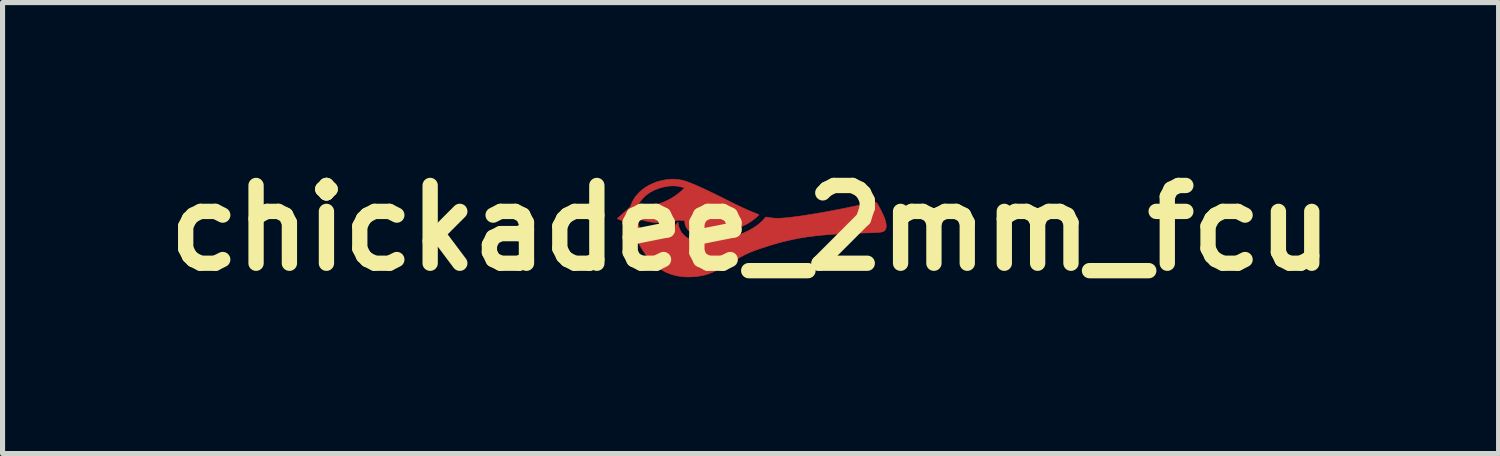
<source format=kicad_pcb>
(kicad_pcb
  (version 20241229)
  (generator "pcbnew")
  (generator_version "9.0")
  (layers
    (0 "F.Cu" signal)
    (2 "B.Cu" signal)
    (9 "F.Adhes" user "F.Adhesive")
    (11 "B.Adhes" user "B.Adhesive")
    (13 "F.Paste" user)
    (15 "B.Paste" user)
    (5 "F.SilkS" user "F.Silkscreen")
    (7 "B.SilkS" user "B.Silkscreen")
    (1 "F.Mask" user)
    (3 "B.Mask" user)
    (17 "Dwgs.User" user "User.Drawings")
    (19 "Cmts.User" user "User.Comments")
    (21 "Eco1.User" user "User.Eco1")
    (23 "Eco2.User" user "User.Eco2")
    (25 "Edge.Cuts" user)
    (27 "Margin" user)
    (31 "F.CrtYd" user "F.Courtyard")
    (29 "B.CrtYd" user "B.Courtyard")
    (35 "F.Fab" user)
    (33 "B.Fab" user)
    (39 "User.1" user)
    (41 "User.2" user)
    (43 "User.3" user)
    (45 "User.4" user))
  (footprint "chickadee_2mm_fcu"
    (layer "F.Cu")
    (at 11.655 1.418)
    (property "Reference" "chickadee_2mm_fcu" (at 0 0 0) (layer "F.SilkS") (effects (font (size 1.524 1.524) (thickness 0.3))))
    (attr through_hole)
    (fp_poly (pts (xy -1.502 -0.957) (xy -1.48 -0.956) (xy -1.461 -0.955) (xy -1.444 -0.954) (xy -1.428 -0.953) (xy -1.411 -0.95) (xy -1.393 -0.947) (xy -1.378 -0.944) (xy -1.337 -0.936) (xy -1.295 -0.925) (xy -1.254 -0.912) (xy -1.215 -0.898) (xy -1.207 -0.895) (xy -1.177 -0.883) (xy -1.148 -0.871) (xy -1.12 -0.86) (xy -1.091 -0.848) (xy -1.062 -0.835) (xy -1.032 -0.822) (xy -1.002 -0.809) (xy -0.971 -0.795) (xy -0.938 -0.78) (xy -0.904 -0.764) (xy -0.868 -0.747) (xy -0.83 -0.729) (xy -0.789 -0.709) (xy -0.746 -0.688) (xy -0.7 -0.666) (xy -0.651 -0.642) (xy -0.598 -0.616) (xy -0.542 -0.588) (xy -0.481 -0.558) (xy -0.466 -0.55) (xy -0.414 -0.524) (xy -0.366 -0.5) (xy -0.321 -0.478) (xy -0.28 -0.458) (xy -0.242 -0.44) (xy -0.206 -0.422) (xy -0.172 -0.407) (xy -0.141 -0.392) (xy -0.111 -0.378) (xy -0.082 -0.365) (xy -0.054 -0.353) (xy -0.026 -0.341) (xy 0.001 -0.329) (xy 0.029 -0.318) (xy 0.057 -0.307) (xy 0.086 -0.295) (xy 0.092 -0.293) (xy 0.109 -0.286) (xy 0.125 -0.279) (xy 0.139 -0.273) (xy 0.15 -0.269) (xy 0.159 -0.265) (xy 0.163 -0.262) (xy 0.164 -0.262) (xy 0.163 -0.259) (xy 0.158 -0.254) (xy 0.151 -0.246) (xy 0.142 -0.237) (xy 0.132 -0.227) (xy 0.121 -0.216) (xy 0.109 -0.206) (xy 0.098 -0.195) (xy 0.088 -0.187) (xy 0.083 -0.183) (xy 0.032 -0.145) (xy -0.023 -0.109) (xy -0.083 -0.074) (xy -0.147 -0.042) (xy -0.215 -0.012) (xy -0.286 0.016) (xy -0.362 0.042) (xy -0.442 0.066) (xy -0.525 0.087) (xy -0.613 0.107) (xy -0.627 0.11) (xy -0.686 0.121) (xy -0.742 0.13) (xy -0.795 0.136) (xy -0.844 0.14) (xy -0.891 0.142) (xy -0.935 0.141) (xy -0.978 0.139) (xy -0.998 0.136) (xy -1.043 0.129) (xy -1.084 0.119) (xy -1.122 0.105) (xy -1.156 0.089) (xy -1.186 0.07) (xy -1.213 0.048) (xy -1.236 0.022) (xy -1.255 -0.006) (xy -1.262 -0.019) (xy -1.271 -0.038) (xy -1.278 -0.058) (xy -1.284 -0.08) (xy -1.288 -0.105) (xy -1.291 -0.128) (xy -1.293 -0.144) (xy -1.34 -0.148) (xy -1.355 -0.149) (xy -1.368 -0.15) (xy -1.379 -0.151) (xy -1.387 -0.152) (xy -1.39 -0.152) (xy -1.39 -0.152) (xy -1.393 -0.154) (xy -1.392 -0.155) (xy -1.393 -0.156) (xy -1.398 -0.156) (xy -1.405 -0.156) (xy -1.412 -0.155) (xy -1.418 -0.153) (xy -1.421 -0.152) (xy -1.425 -0.151) (xy -1.433 -0.15) (xy -1.444 -0.147) (xy -1.457 -0.145) (xy -1.472 -0.142) (xy -1.476 -0.142) (xy -1.531 -0.132) (xy -1.585 -0.125) (xy -1.637 -0.118) (xy -1.689 -0.112) (xy -1.705 -0.111) (xy -1.721 -0.11) (xy -1.739 -0.109) (xy -1.76 -0.108) (xy -1.783 -0.108) (xy -1.806 -0.108) (xy -1.828 -0.108) (xy -1.849 -0.108) (xy -1.868 -0.109) (xy -1.884 -0.11) (xy -1.893 -0.111) (xy -1.943 -0.117) (xy -1.991 -0.126) (xy -2.04 -0.136) (xy -2.09 -0.148) (xy -2.142 -0.162) (xy -2.153 -0.165) (xy -2.168 -0.17) (xy -2.179 -0.173) (xy -2.187 -0.176) (xy -2.192 -0.179) (xy -2.195 -0.181) (xy -2.196 -0.182) (xy -2.197 -0.186) (xy -2.198 -0.194) (xy -2.199 -0.205) (xy -2.201 -0.22) (xy -2.203 -0.237) (xy -2.205 -0.256) (xy -2.207 -0.275) (xy -2.21 -0.299) (xy -2.212 -0.319) (xy -2.213 -0.334) (xy -2.214 -0.346) (xy -2.215 -0.354) (xy -2.215 -0.36) (xy -2.214 -0.364) (xy -2.213 -0.365) (xy -2.213 -0.365) (xy -2.209 -0.367) (xy -2.202 -0.368) (xy -2.2 -0.369) (xy -2.193 -0.37) (xy -2.181 -0.372) (xy -2.166 -0.376) (xy -2.149 -0.38) (xy -2.129 -0.384) (xy -2.109 -0.388) (xy -2.088 -0.393) (xy -2.068 -0.398) (xy -2.048 -0.403) (xy -2.031 -0.407) (xy -2.017 -0.41) (xy -1.947 -0.429) (xy -1.881 -0.448) (xy -1.82 -0.468) (xy -1.762 -0.488) (xy -1.708 -0.508) (xy -1.658 -0.53) (xy -1.65 -0.533) (xy -1.601 -0.557) (xy -1.552 -0.584) (xy -1.503 -0.614) (xy -1.455 -0.647) (xy -1.41 -0.68) (xy -1.38 -0.705) (xy -1.368 -0.716) (xy -1.355 -0.727) (xy -1.343 -0.738) (xy -1.331 -0.75) (xy -1.32 -0.76) (xy -1.31 -0.77) (xy -1.303 -0.777) (xy -1.298 -0.783) (xy -1.296 -0.786) (xy -1.296 -0.786) (xy -1.299 -0.788) (xy -1.307 -0.791) (xy -1.318 -0.794) (xy -1.331 -0.798) (xy -1.346 -0.802) (xy -1.362 -0.806) (xy -1.369 -0.808) (xy -1.417 -0.818) (xy -1.465 -0.824) (xy -1.514 -0.826) (xy -1.564 -0.825) (xy -1.616 -0.82) (xy -1.669 -0.811) (xy -1.725 -0.799) (xy -1.727 -0.799) (xy -1.784 -0.782) (xy -1.839 -0.763) (xy -1.891 -0.74) (xy -1.94 -0.715) (xy -1.987 -0.687) (xy -2.03 -0.656) (xy -2.07 -0.623) (xy -2.106 -0.587) (xy -2.139 -0.55) (xy -2.168 -0.51) (xy -2.192 -0.469) (xy -2.212 -0.426) (xy -2.215 -0.42) (xy -2.222 -0.4) (xy -2.324 -0.304) (xy -2.342 -0.286) (xy -2.36 -0.27) (xy -2.376 -0.254) (xy -2.39 -0.24) (xy -2.402 -0.228) (xy -2.412 -0.219) (xy -2.42 -0.212) (xy -2.424 -0.207) (xy -2.426 -0.206) (xy -2.424 -0.205) (xy -2.418 -0.202) (xy -2.408 -0.197) (xy -2.395 -0.191) (xy -2.38 -0.184) (xy -2.362 -0.176) (xy -2.342 -0.167) (xy -2.32 -0.157) (xy -2.315 -0.155) (xy -2.204 -0.106) (xy -2.193 -0.064) (xy -2.187 -0.045) (xy -2.181 -0.023) (xy -2.173 0.001) (xy -2.165 0.025) (xy -2.157 0.049) (xy -2.15 0.07) (xy -2.144 0.087) (xy -2.14 0.096) (xy -2.137 0.102) (xy -2.134 0.105) (xy -2.13 0.107) (xy -2.125 0.108) (xy -2.116 0.109) (xy -2.103 0.109) (xy -2.088 0.11) (xy -2.071 0.11) (xy -2.052 0.11) (xy -2.033 0.11) (xy -2.014 0.109) (xy -1.996 0.109) (xy -1.979 0.108) (xy -1.965 0.108) (xy -1.953 0.107) (xy -1.842 0.095) (xy -1.773 0.086) (xy -1.744 0.081) (xy -1.719 0.077) (xy -1.697 0.072) (xy -1.677 0.068) (xy -1.659 0.062) (xy -1.642 0.056) (xy -1.626 0.049) (xy -1.608 0.041) (xy -1.606 0.04) (xy -1.568 0.018) (xy -1.53 -0.008) (xy -1.494 -0.037) (xy -1.46 -0.07) (xy -1.433 -0.101) (xy -1.42 -0.116) (xy -1.42 -0.108) (xy -1.419 -0.098) (xy -1.417 -0.084) (xy -1.414 -0.068) (xy -1.411 -0.052) (xy -1.407 -0.035) (xy -1.402 -0.02) (xy -1.401 -0.014) (xy -1.385 0.027) (xy -1.365 0.065) (xy -1.341 0.1) (xy -1.314 0.131) (xy -1.283 0.16) (xy -1.248 0.186) (xy -1.21 0.208) (xy -1.168 0.227) (xy -1.123 0.243) (xy -1.103 0.249) (xy -1.067 0.257) (xy -1.03 0.264) (xy -0.992 0.268) (xy -0.95 0.271) (xy -0.905 0.272) (xy -0.904 0.272) (xy -0.868 0.271) (xy -0.834 0.27) (xy -0.8 0.268) (xy -0.766 0.264) (xy -0.73 0.26) (xy -0.692 0.254) (xy -0.651 0.247) (xy -0.607 0.239) (xy -0.604 0.238) (xy -0.519 0.22) (xy -0.437 0.2) (xy -0.358 0.177) (xy -0.282 0.153) (xy -0.209 0.126) (xy -0.14 0.098) (xy -0.074 0.067) (xy -0.011 0.035) (xy 0.047 0.001) (xy 0.101 -0.034) (xy 0.152 -0.071) (xy 0.197 -0.11) (xy 0.23 -0.14) (xy 0.241 -0.152) (xy 0.252 -0.164) (xy 0.263 -0.176) (xy 0.271 -0.186) (xy 0.273 -0.189) (xy 0.28 -0.197) (xy 0.286 -0.205) (xy 0.291 -0.211) (xy 0.293 -0.213) (xy 0.295 -0.215) (xy 0.297 -0.216) (xy 0.301 -0.216) (xy 0.307 -0.216) (xy 0.316 -0.214) (xy 0.319 -0.213) (xy 0.39 -0.201) (xy 0.462 -0.194) (xy 0.534 -0.192) (xy 0.607 -0.194) (xy 0.618 -0.195) (xy 0.676 -0.2) (xy 0.738 -0.206) (xy 0.805 -0.213) (xy 0.875 -0.222) (xy 0.95 -0.232) (xy 1.028 -0.243) (xy 1.11 -0.256) (xy 1.196 -0.27) (xy 1.285 -0.284) (xy 1.376 -0.3) (xy 1.471 -0.317) (xy 1.568 -0.335) (xy 1.668 -0.354) (xy 1.771 -0.374) (xy 1.875 -0.395) (xy 1.982 -0.417) (xy 2.09 -0.44) (xy 2.201 -0.464) (xy 2.305 -0.487) (xy 2.336 -0.493) (xy 2.362 -0.499) (xy 2.384 -0.504) (xy 2.403 -0.507) (xy 2.419 -0.509) (xy 2.433 -0.509) (xy 2.444 -0.508) (xy 2.453 -0.505) (xy 2.461 -0.501) (xy 2.469 -0.495) (xy 2.476 -0.487) (xy 2.483 -0.476) (xy 2.49 -0.464) (xy 2.499 -0.45) (xy 2.502 -0.445) (xy 2.527 -0.4) (xy 2.551 -0.355) (xy 2.573 -0.311) (xy 2.593 -0.269) (xy 2.611 -0.229) (xy 2.626 -0.191) (xy 2.635 -0.164) (xy 2.646 -0.128) (xy 2.653 -0.095) (xy 2.657 -0.064) (xy 2.658 -0.035) (xy 2.656 -0.01) (xy 2.65 0.013) (xy 2.642 0.032) (xy 2.63 0.048) (xy 2.615 0.06) (xy 2.608 0.064) (xy 2.601 0.067) (xy 2.593 0.07) (xy 2.585 0.073) (xy 2.575 0.076) (xy 2.564 0.078) (xy 2.552 0.08) (xy 2.537 0.082) (xy 2.521 0.084) (xy 2.502 0.085) (xy 2.481 0.087) (xy 2.456 0.088) (xy 2.429 0.09) (xy 2.398 0.091) (xy 2.364 0.092) (xy 2.326 0.094) (xy 2.284 0.095) (xy 2.238 0.096) (xy 2.187 0.098) (xy 2.177 0.098) (xy 2.093 0.1) (xy 2.014 0.103) (xy 1.939 0.105) (xy 1.868 0.108) (xy 1.799 0.111) (xy 1.734 0.115) (xy 1.671 0.118) (xy 1.611 0.122) (xy 1.552 0.126) (xy 1.495 0.131) (xy 1.439 0.136) (xy 1.383 0.141) (xy 1.364 0.143) (xy 1.276 0.152) (xy 1.191 0.163) (xy 1.108 0.174) (xy 1.027 0.186) (xy 0.947 0.2) (xy 0.868 0.215) (xy 0.79 0.232) (xy 0.711 0.25) (xy 0.632 0.269) (xy 0.551 0.291) (xy 0.469 0.314) (xy 0.384 0.34) (xy 0.297 0.367) (xy 0.206 0.397) (xy 0.134 0.421) (xy 0.1 0.433) (xy 0.067 0.445) (xy 0.036 0.457) (xy 0.005 0.47) (xy -0.025 0.483) (xy -0.056 0.497) (xy -0.088 0.512) (xy -0.12 0.528) (xy -0.155 0.546) (xy -0.191 0.565) (xy -0.23 0.587) (xy -0.272 0.61) (xy -0.317 0.636) (xy -0.331 0.644) (xy -0.372 0.667) (xy -0.408 0.688) (xy -0.441 0.707) (xy -0.47 0.724) (xy -0.497 0.739) (xy -0.521 0.752) (xy -0.542 0.765) (xy -0.562 0.775) (xy -0.579 0.785) (xy -0.596 0.794) (xy -0.611 0.802) (xy -0.626 0.81) (xy -0.64 0.817) (xy -0.653 0.824) (xy -0.667 0.83) (xy -0.682 0.837) (xy -0.683 0.838) (xy -0.729 0.86) (xy -0.773 0.878) (xy -0.815 0.894) (xy -0.856 0.908) (xy -0.897 0.92) (xy -0.94 0.93) (xy -0.984 0.938) (xy -1.032 0.945) (xy -1.076 0.951) (xy -1.105 0.953) (xy -1.136 0.955) (xy -1.17 0.957) (xy -1.204 0.957) (xy -1.237 0.958) (xy -1.268 0.957) (xy -1.288 0.956) (xy -1.343 0.952) (xy -1.398 0.944) (xy -1.453 0.934) (xy -1.507 0.92) (xy -1.559 0.905) (xy -1.608 0.887) (xy -1.655 0.867) (xy -1.667 0.861) (xy -1.722 0.831) (xy -1.777 0.796) (xy -1.83 0.756) (xy -1.881 0.712) (xy -1.932 0.664) (xy -1.98 0.612) (xy -2.027 0.556) (xy -2.072 0.495) (xy -2.115 0.431) (xy -2.157 0.363) (xy -2.196 0.292) (xy -2.227 0.23) (xy -2.239 0.202) (xy -2.251 0.174) (xy -2.263 0.144) (xy -2.275 0.111) (xy -2.288 0.074) (xy -2.291 0.065) (xy -2.296 0.049) (xy -2.302 0.032) (xy -2.307 0.013) (xy -2.313 -0.005) (xy -2.318 -0.022) (xy -2.322 -0.037) (xy -2.326 -0.049) (xy -2.328 -0.059) (xy -2.328 -0.061) (xy -2.33 -0.069) (xy -2.47 -0.126) (xy -2.495 -0.136) (xy -2.518 -0.145) (xy -2.54 -0.154) (xy -2.559 -0.162) (xy -2.576 -0.169) (xy -2.59 -0.175) (xy -2.601 -0.179) (xy -2.608 -0.182) (xy -2.611 -0.184) (xy -2.611 -0.184) (xy -2.61 -0.186) (xy -2.605 -0.191) (xy -2.597 -0.198) (xy -2.586 -0.208) (xy -2.573 -0.22) (xy -2.558 -0.234) (xy -2.54 -0.25) (xy -2.521 -0.267) (xy -2.501 -0.285) (xy -2.483 -0.301) (xy -2.459 -0.323) (xy -2.437 -0.342) (xy -2.419 -0.358) (xy -2.404 -0.372) (xy -2.391 -0.383) (xy -2.381 -0.393) (xy -2.372 -0.401) (xy -2.366 -0.407) (xy -2.361 -0.412) (xy -2.357 -0.416) (xy -2.355 -0.419) (xy -2.353 -0.422) (xy -2.352 -0.424) (xy -2.351 -0.427) (xy -2.351 -0.427) (xy -2.347 -0.441) (xy -2.341 -0.458) (xy -2.333 -0.477) (xy -2.325 -0.497) (xy -2.316 -0.516) (xy -2.311 -0.525) (xy -2.289 -0.565) (xy -2.264 -0.603) (xy -2.234 -0.641) (xy -2.201 -0.679) (xy -2.192 -0.688) (xy -2.154 -0.725) (xy -2.114 -0.758) (xy -2.073 -0.788) (xy -2.029 -0.816) (xy -1.981 -0.843) (xy -1.967 -0.85) (xy -1.92 -0.872) (xy -1.873 -0.891) (xy -1.826 -0.908) (xy -1.777 -0.922) (xy -1.725 -0.934) (xy -1.67 -0.945) (xy -1.638 -0.95) (xy -1.625 -0.952) (xy -1.613 -0.953) (xy -1.602 -0.955) (xy -1.59 -0.955) (xy -1.578 -0.956) (xy -1.563 -0.956) (xy -1.546 -0.957) (xy -1.528 -0.957) (xy -1.502 -0.957)) (stroke (width 0.01) (type solid)) (fill yes) (layer "F.Cu"))
    (fp_poly (pts (xy -1.48 -1.013) (xy -1.454 -1.012) (xy -1.43 -1.009) (xy -1.405 -1.006) (xy -1.38 -1.002) (xy -1.363 -0.999) (xy -1.337 -0.994) (xy -1.313 -0.988) (xy -1.29 -0.982) (xy -1.266 -0.975) (xy -1.241 -0.967) (xy -1.214 -0.957) (xy -1.185 -0.947) (xy -1.153 -0.934) (xy -1.128 -0.924) (xy -1.096 -0.911) (xy -1.063 -0.897) (xy -1.029 -0.883) (xy -0.995 -0.867) (xy -0.959 -0.851) (xy -0.921 -0.834) (xy -0.881 -0.816) (xy -0.84 -0.796) (xy -0.796 -0.775) (xy -0.749 -0.753) (xy -0.699 -0.728) (xy -0.646 -0.702) (xy -0.59 -0.674) (xy -0.529 -0.644) (xy -0.49 -0.625) (xy -0.434 -0.597) (xy -0.381 -0.571) (xy -0.333 -0.547) (xy -0.288 -0.525) (xy -0.246 -0.504) (xy -0.206 -0.485) (xy -0.169 -0.468) (xy -0.134 -0.451) (xy -0.101 -0.436) (xy -0.069 -0.421) (xy -0.038 -0.408) (xy -0.007 -0.394) (xy 0.022 -0.382) (xy 0.052 -0.369) (xy 0.082 -0.357) (xy 0.113 -0.345) (xy 0.144 -0.333) (xy 0.156 -0.328) (xy 0.172 -0.322) (xy 0.188 -0.316) (xy 0.201 -0.311) (xy 0.212 -0.306) (xy 0.22 -0.303) (xy 0.223 -0.302) (xy 0.23 -0.298) (xy 0.212 -0.277) (xy 0.184 -0.245) (xy 0.151 -0.213) (xy 0.115 -0.181) (xy 0.075 -0.149) (xy 0.032 -0.118) (xy -0.013 -0.089) (xy -0.06 -0.06) (xy -0.108 -0.034) (xy -0.109 -0.033) (xy -0.172 -0.002) (xy -0.238 0.027) (xy -0.308 0.054) (xy -0.38 0.079) (xy -0.455 0.101) (xy -0.53 0.121) (xy -0.606 0.139) (xy -0.682 0.153) (xy -0.757 0.164) (xy -0.803 0.17) (xy -0.817 0.171) (xy -0.834 0.172) (xy -0.854 0.172) (xy -0.876 0.173) (xy -0.898 0.173) (xy -0.921 0.173) (xy -0.942 0.172) (xy -0.961 0.172) (xy -0.978 0.171) (xy -0.991 0.17) (xy -0.994 0.17) (xy -1.042 0.162) (xy -1.087 0.151) (xy -1.127 0.138) (xy -1.164 0.121) (xy -1.197 0.102) (xy -1.21 0.093) (xy -1.238 0.069) (xy -1.261 0.043) (xy -1.281 0.014) (xy -1.298 -0.018) (xy -1.306 -0.039) (xy -1.312 -0.058) (xy -1.317 -0.076) (xy -1.32 -0.093) (xy -1.321 -0.112) (xy -1.322 -0.133) (xy -1.322 -0.139) (xy -1.322 -0.178) (xy -1.337 -0.18) (xy -1.353 -0.182) (xy -1.37 -0.17) (xy -1.387 -0.158) (xy -1.388 -0.135) (xy -1.387 -0.103) (xy -1.382 -0.07) (xy -1.374 -0.035) (xy -1.362 -0.002) (xy -1.347 0.03) (xy -1.33 0.059) (xy -1.306 0.092) (xy -1.278 0.121) (xy -1.246 0.148) (xy -1.211 0.171) (xy -1.172 0.19) (xy -1.13 0.207) (xy -1.084 0.22) (xy -1.035 0.23) (xy -0.982 0.237) (xy -0.976 0.237) (xy -0.957 0.238) (xy -0.934 0.239) (xy -0.908 0.239) (xy -0.881 0.239) (xy -0.853 0.238) (xy -0.826 0.237) (xy -0.801 0.235) (xy -0.778 0.233) (xy -0.771 0.232) (xy -0.694 0.222) (xy -0.616 0.208) (xy -0.538 0.191) (xy -0.46 0.171) (xy -0.383 0.149) (xy -0.308 0.124) (xy -0.236 0.097) (xy -0.167 0.068) (xy -0.142 0.057) (xy -0.083 0.027) (xy -0.025 -0.004) (xy 0.03 -0.038) (xy 0.081 -0.072) (xy 0.13 -0.108) (xy 0.174 -0.145) (xy 0.215 -0.183) (xy 0.251 -0.222) (xy 0.273 -0.247) (xy 0.283 -0.26) (xy 0.291 -0.268) (xy 0.296 -0.273) (xy 0.299 -0.275) (xy 0.3 -0.275) (xy 0.31 -0.272) (xy 0.324 -0.269) (xy 0.341 -0.266) (xy 0.361 -0.263) (xy 0.382 -0.26) (xy 0.404 -0.257) (xy 0.427 -0.254) (xy 0.448 -0.252) (xy 0.468 -0.25) (xy 0.478 -0.249) (xy 0.499 -0.248) (xy 0.521 -0.247) (xy 0.547 -0.248) (xy 0.575 -0.249) (xy 0.607 -0.25) (xy 0.642 -0.253) (xy 0.681 -0.257) (xy 0.723 -0.261) (xy 0.77 -0.266) (xy 0.785 -0.268) (xy 0.852 -0.276) (xy 0.924 -0.285) (xy 1 -0.296) (xy 1.079 -0.308) (xy 1.163 -0.321) (xy 1.251 -0.336) (xy 1.342 -0.351) (xy 1.436 -0.368) (xy 1.533 -0.386) (xy 1.634 -0.405) (xy 1.737 -0.425) (xy 1.842 -0.446) (xy 1.95 -0.468) (xy 2.06 -0.491) (xy 2.172 -0.515) (xy 2.286 -0.54) (xy 2.305 -0.544) (xy 2.327 -0.549) (xy 2.348 -0.554) (xy 2.367 -0.558) (xy 2.383 -0.561) (xy 2.398 -0.564) (xy 2.408 -0.566) (xy 2.415 -0.567) (xy 2.417 -0.567) (xy 2.435 -0.567) (xy 2.455 -0.564) (xy 2.475 -0.556) (xy 2.493 -0.546) (xy 2.509 -0.534) (xy 2.509 -0.533) (xy 2.517 -0.525) (xy 2.526 -0.513) (xy 2.536 -0.497) (xy 2.548 -0.478) (xy 2.561 -0.456) (xy 2.574 -0.433) (xy 2.588 -0.408) (xy 2.601 -0.381) (xy 2.615 -0.355) (xy 2.628 -0.328) (xy 2.641 -0.301) (xy 2.652 -0.275) (xy 2.658 -0.261) (xy 2.677 -0.214) (xy 2.692 -0.17) (xy 2.703 -0.128) (xy 2.711 -0.089) (xy 2.714 -0.053) (xy 2.714 -0.019) (xy 2.71 0.011) (xy 2.702 0.037) (xy 2.695 0.051) (xy 2.686 0.066) (xy 2.675 0.081) (xy 2.664 0.093) (xy 2.66 0.097) (xy 2.649 0.105) (xy 2.638 0.112) (xy 2.625 0.118) (xy 2.611 0.124) (xy 2.595 0.129) (xy 2.577 0.133) (xy 2.555 0.136) (xy 2.531 0.139) (xy 2.503 0.142) (xy 2.472 0.144) (xy 2.436 0.146) (xy 2.408 0.148) (xy 2.395 0.148) (xy 2.377 0.149) (xy 2.356 0.149) (xy 2.332 0.15) (xy 2.306 0.151) (xy 2.278 0.152) (xy 2.25 0.153) (xy 2.222 0.153) (xy 2.207 0.154) (xy 2.135 0.156) (xy 2.066 0.158) (xy 2.002 0.16) (xy 1.942 0.162) (xy 1.884 0.164) (xy 1.83 0.166) (xy 1.777 0.169) (xy 1.727 0.171) (xy 1.678 0.174) (xy 1.631 0.177) (xy 1.584 0.181) (xy 1.537 0.184) (xy 1.491 0.188) (xy 1.466 0.19) (xy 1.361 0.2) (xy 1.261 0.211) (xy 1.164 0.223) (xy 1.069 0.237) (xy 0.977 0.252) (xy 0.886 0.269) (xy 0.796 0.288) (xy 0.705 0.309) (xy 0.614 0.332) (xy 0.521 0.358) (xy 0.427 0.385) (xy 0.329 0.416) (xy 0.255 0.44) (xy 0.216 0.453) (xy 0.18 0.465) (xy 0.147 0.477) (xy 0.116 0.488) (xy 0.086 0.499) (xy 0.058 0.51) (xy 0.03 0.521) (xy 0.004 0.532) (xy -0.023 0.544) (xy -0.05 0.556) (xy -0.078 0.57) (xy -0.106 0.584) (xy -0.136 0.6) (xy -0.168 0.617) (xy -0.202 0.636) (xy -0.238 0.656) (xy -0.278 0.679) (xy -0.321 0.703) (xy -0.365 0.729) (xy -0.4 0.749) (xy -0.43 0.766) (xy -0.458 0.782) (xy -0.482 0.796) (xy -0.505 0.808) (xy -0.525 0.82) (xy -0.544 0.83) (xy -0.562 0.84) (xy -0.579 0.849) (xy -0.596 0.858) (xy -0.614 0.866) (xy -0.629 0.874) (xy -0.674 0.896) (xy -0.715 0.915) (xy -0.755 0.932) (xy -0.792 0.946) (xy -0.829 0.959) (xy -0.865 0.97) (xy -0.902 0.979) (xy -0.94 0.987) (xy -0.973 0.993) (xy -1.014 0.999) (xy -1.051 1.004) (xy -1.087 1.008) (xy -1.122 1.011) (xy -1.158 1.012) (xy -1.196 1.013) (xy -1.223 1.013) (xy -1.241 1.013) (xy -1.258 1.013) (xy -1.274 1.013) (xy -1.286 1.012) (xy -1.296 1.012) (xy -1.301 1.012) (xy -1.301 1.012) (xy -1.364 1.006) (xy -1.425 0.996) (xy -1.486 0.984) (xy -1.544 0.969) (xy -1.599 0.951) (xy -1.652 0.93) (xy -1.691 0.912) (xy -1.75 0.88) (xy -1.807 0.843) (xy -1.863 0.802) (xy -1.917 0.756) (xy -1.97 0.706) (xy -2.021 0.652) (xy -2.069 0.593) (xy -2.117 0.53) (xy -2.162 0.463) (xy -2.205 0.392) (xy -2.247 0.317) (xy -2.25 0.311) (xy -2.275 0.26) (xy -2.299 0.206) (xy -2.321 0.151) (xy -2.342 0.092) (xy -2.362 0.029) (xy -2.373 -0.01) (xy -2.378 -0.028) (xy -2.547 -0.096) (xy -2.574 -0.107) (xy -2.6 -0.117) (xy -2.624 -0.127) (xy -2.646 -0.136) (xy -2.665 -0.145) (xy -2.682 -0.152) (xy -2.696 -0.158) (xy -2.706 -0.162) (xy -2.713 -0.165) (xy -2.715 -0.167) (xy -2.715 -0.167) (xy -2.714 -0.169) (xy -2.708 -0.174) (xy -2.7 -0.181) (xy -2.689 -0.191) (xy -2.676 -0.204) (xy -2.66 -0.218) (xy -2.642 -0.235) (xy -2.622 -0.252) (xy -2.601 -0.271) (xy -2.578 -0.292) (xy -2.561 -0.307) (xy -2.406 -0.445) (xy -2.396 -0.472) (xy -2.376 -0.52) (xy -2.354 -0.566) (xy -2.327 -0.61) (xy -2.297 -0.653) (xy -2.262 -0.695) (xy -2.223 -0.736) (xy -2.212 -0.747) (xy -2.166 -0.789) (xy -2.116 -0.827) (xy -2.063 -0.862) (xy -2.006 -0.894) (xy -1.947 -0.922) (xy -1.884 -0.947) (xy -1.819 -0.968) (xy -1.752 -0.986) (xy -1.72 -0.993) (xy -1.689 -0.999) (xy -1.662 -1.004) (xy -1.637 -1.007) (xy -1.612 -1.01) (xy -1.586 -1.011) (xy -1.557 -1.012) (xy -1.541 -1.013) (xy -1.509 -1.013) (xy -1.48 -1.013)) (stroke (width 0.01) (type solid)) (fill yes) (layer "F.Mask")))
  (gr_rect
    (start -3 -3)
    (end 26.31 5.836)
    (stroke (width 0.1) (type default))
    (fill no)
    (layer "Edge.Cuts")))
</source>
